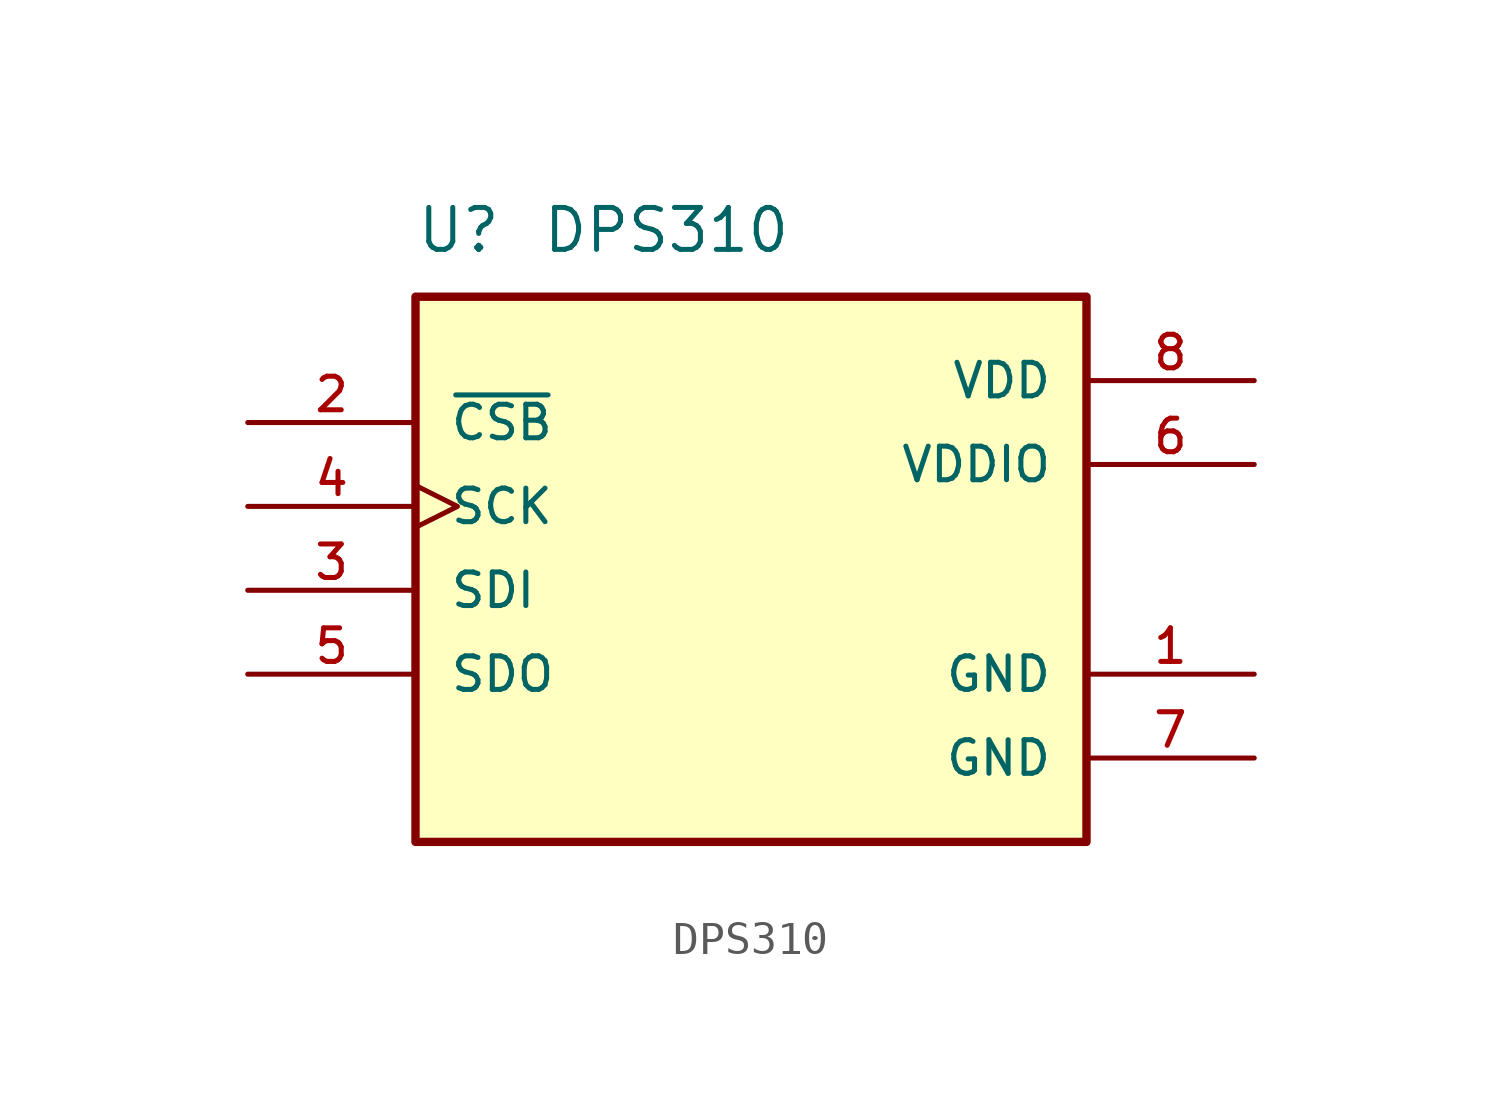
<source format=kicad_sym>
(kicad_symbol_lib
  (version 20211014)
  (generator kicad_symbol_editor)
  (symbol "DPS310"
    (pin_names
      (offset 1.016))
    (property "Reference" "U"
      (at -10.16 13.97 0)
      (effects (font (size 1.27 1.27)) (justify left bottom)))
    (property "Value" "DPS310"
      (at -6.35 13.97 0)
      (effects (font (size 1.27 1.27)) (justify left bottom)))
    (property "ki_locked" ""
      (at 0 0 0)
      (effects (font (size 1.27 1.27))))
    (symbol "DPS310_0_0"
      (rectangle (start -10.16 12.7) (end 10.16 -3.81) (stroke (width 0.254) (type default) (color 0 0 0 0)) (fill (type background)))
      (pin power_in line (at 15.24 1.27 180) (length 5.08) (name "GND" (effects (font (size 1.016 1.016)))) (number "1" (effects (font (size 1.016 1.016)))))
      (pin input line (at -15.24 8.89 0) (length 5.08) (name "~{CSB}" (effects (font (size 1.016 1.016)))) (number "2" (effects (font (size 1.016 1.016)))))
      (pin bidirectional line (at -15.24 3.81 0) (length 5.08) (name "SDI" (effects (font (size 1.016 1.016)))) (number "3" (effects (font (size 1.016 1.016)))))
      (pin input clock (at -15.24 6.35 0) (length 5.08) (name "SCK" (effects (font (size 1.016 1.016)))) (number "4" (effects (font (size 1.016 1.016)))))
      (pin passive line (at -15.24 1.27 0) (length 5.08) (name "SDO" (effects (font (size 1.016 1.016)))) (number "5" (effects (font (size 1.016 1.016)))))
      (pin power_in line (at 15.24 7.62 180) (length 5.08) (name "VDDIO" (effects (font (size 1.016 1.016)))) (number "6" (effects (font (size 1.016 1.016)))))
      (pin power_in line (at 15.24 -1.27 180) (length 5.08) (name "GND" (effects (font (size 1.016 1.016)))) (number "7" (effects (font (size 1.016 1.016)))))
      (pin power_in line (at 15.24 10.16 180) (length 5.08) (name "VDD" (effects (font (size 1.016 1.016)))) (number "8" (effects (font (size 1.016 1.016))))))))
</source>
